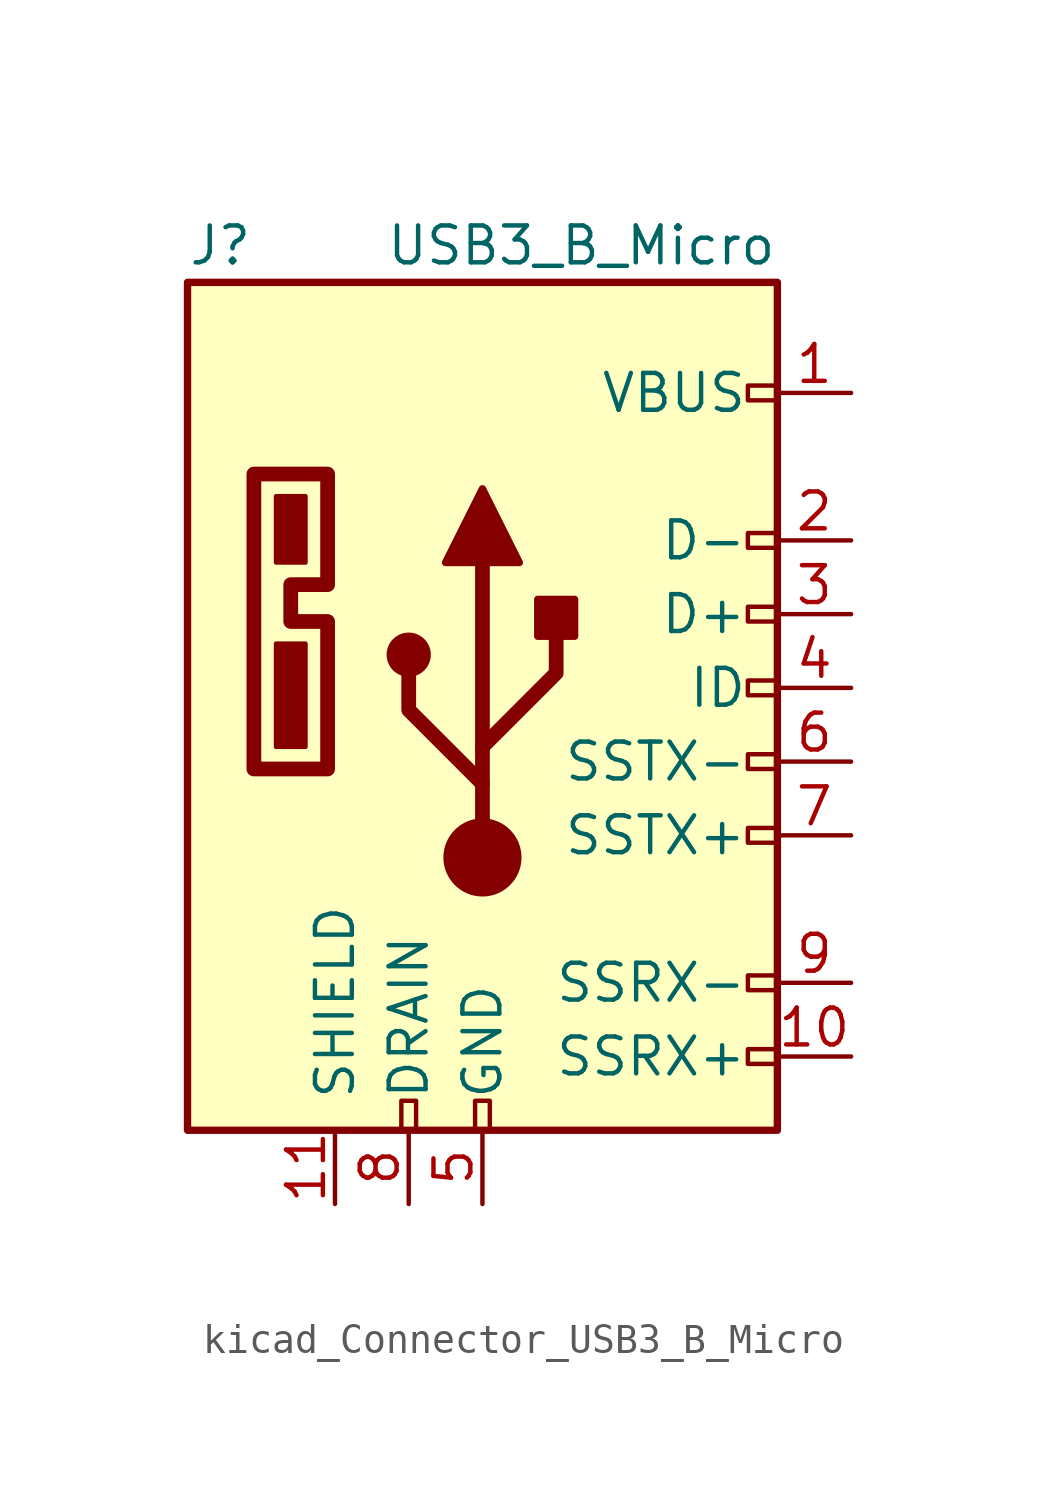
<source format=kicad_sym>
(kicad_symbol_lib
  (version 20220914)
  (generator kicad_symbol_editor)
  (symbol "kicad_Connector_USB3_B_Micro"
    (pin_names
      (offset 1.016))
    (property "Reference" "J"
      (at -10.16 15.24 0)
      (effects (font (size 1.27 1.27)) (justify left)))
    (property "Value" "USB3_B_Micro"
      (at 10.16 15.24 0)
      (effects (font (size 1.27 1.27)) (justify right)))
    (symbol "kicad_Connector_USB3_B_Micro_0_0"
      (rectangle (start -2.794 -15.24) (end -2.286 -14.224) (stroke (width 0) (type default)) (fill (type none)))
      (rectangle (start -0.254 -15.24) (end 0.254 -14.224) (stroke (width 0) (type default)) (fill (type none)))
      (rectangle (start 10.16 -12.446) (end 9.144 -12.954) (stroke (width 0) (type default)) (fill (type none)))
      (rectangle (start 10.16 -9.906) (end 9.144 -10.414) (stroke (width 0) (type default)) (fill (type none)))
      (rectangle (start 10.16 -4.826) (end 9.144 -5.334) (stroke (width 0) (type default)) (fill (type none)))
      (rectangle (start 10.16 -2.286) (end 9.144 -2.794) (stroke (width 0) (type default)) (fill (type none)))
      (rectangle (start 10.16 0.254) (end 9.144 -0.254) (stroke (width 0) (type default)) (fill (type none)))
      (rectangle (start 10.16 2.794) (end 9.144 2.286) (stroke (width 0) (type default)) (fill (type none)))
      (rectangle (start 10.16 5.334) (end 9.144 4.826) (stroke (width 0) (type default)) (fill (type none)))
      (rectangle (start 10.16 10.414) (end 9.144 9.906) (stroke (width 0) (type default)) (fill (type none))))
    (symbol "kicad_Connector_USB3_B_Micro_0_1"
      (rectangle (start -10.16 13.97) (end 10.16 -15.24) (stroke (width 0.254) (type default)) (fill (type background)))
      (rectangle (start -7.112 1.524) (end -6.096 -2.032) (stroke (width 0) (type default)) (fill (type outline)))
      (rectangle (start -7.112 6.604) (end -6.096 4.318) (stroke (width 0) (type default)) (fill (type outline)))
      (polyline (pts (xy -7.874 7.366) (xy -7.874 -2.794) (xy -5.334 -2.794) (xy -5.334 2.286) (xy -6.604 2.286) (xy -6.604 3.556) (xy -5.334 3.556) (xy -5.334 7.366) (xy -7.874 7.366)) (stroke (width 0.508) (type default)) (fill (type none))))
    (symbol "kicad_Connector_USB3_B_Micro_1_1"
      (circle (center -2.54 1.143) (radius 0.635) (stroke (width 0.254) (type default)) (fill (type outline)))
      (circle (center 0 -5.842) (radius 1.27) (stroke (width 0) (type default)) (fill (type outline)))
      (polyline (pts (xy 0 -5.842) (xy 0 4.318)) (stroke (width 0.508) (type default)) (fill (type none)))
      (polyline (pts (xy 0 -3.302) (xy -2.54 -0.762) (xy -2.54 0.508)) (stroke (width 0.508) (type default)) (fill (type none)))
      (polyline (pts (xy 0 -2.032) (xy 2.54 0.508) (xy 2.54 1.778)) (stroke (width 0.508) (type default)) (fill (type none)))
      (polyline (pts (xy -1.27 4.318) (xy 0 6.858) (xy 1.27 4.318) (xy -1.27 4.318)) (stroke (width 0.254) (type default)) (fill (type outline)))
      (rectangle (start 1.905 1.778) (end 3.175 3.048) (stroke (width 0.254) (type default)) (fill (type outline)))
      (pin power_out line (at 12.7 10.16 180) (length 2.54) (name "VBUS" (effects (font (size 1.27 1.27)))) (number "1" (effects (font (size 1.27 1.27)))))
      (pin input line (at 12.7 -12.7 180) (length 2.54) (name "SSRX+" (effects (font (size 1.27 1.27)))) (number "10" (effects (font (size 1.27 1.27)))))
      (pin passive line (at -5.08 -17.78 90) (length 2.54) (name "SHIELD" (effects (font (size 1.27 1.27)))) (number "11" (effects (font (size 1.27 1.27)))))
      (pin bidirectional line (at 12.7 5.08 180) (length 2.54) (name "D-" (effects (font (size 1.27 1.27)))) (number "2" (effects (font (size 1.27 1.27)))))
      (pin bidirectional line (at 12.7 2.54 180) (length 2.54) (name "D+" (effects (font (size 1.27 1.27)))) (number "3" (effects (font (size 1.27 1.27)))))
      (pin passive line (at 12.7 0 180) (length 2.54) (name "ID" (effects (font (size 1.27 1.27)))) (number "4" (effects (font (size 1.27 1.27)))))
      (pin power_out line (at 0 -17.78 90) (length 2.54) (name "GND" (effects (font (size 1.27 1.27)))) (number "5" (effects (font (size 1.27 1.27)))))
      (pin output line (at 12.7 -2.54 180) (length 2.54) (name "SSTX-" (effects (font (size 1.27 1.27)))) (number "6" (effects (font (size 1.27 1.27)))))
      (pin output line (at 12.7 -5.08 180) (length 2.54) (name "SSTX+" (effects (font (size 1.27 1.27)))) (number "7" (effects (font (size 1.27 1.27)))))
      (pin passive line (at -2.54 -17.78 90) (length 2.54) (name "DRAIN" (effects (font (size 1.27 1.27)))) (number "8" (effects (font (size 1.27 1.27)))))
      (pin input line (at 12.7 -10.16 180) (length 2.54) (name "SSRX-" (effects (font (size 1.27 1.27)))) (number "9" (effects (font (size 1.27 1.27))))))))
</source>
